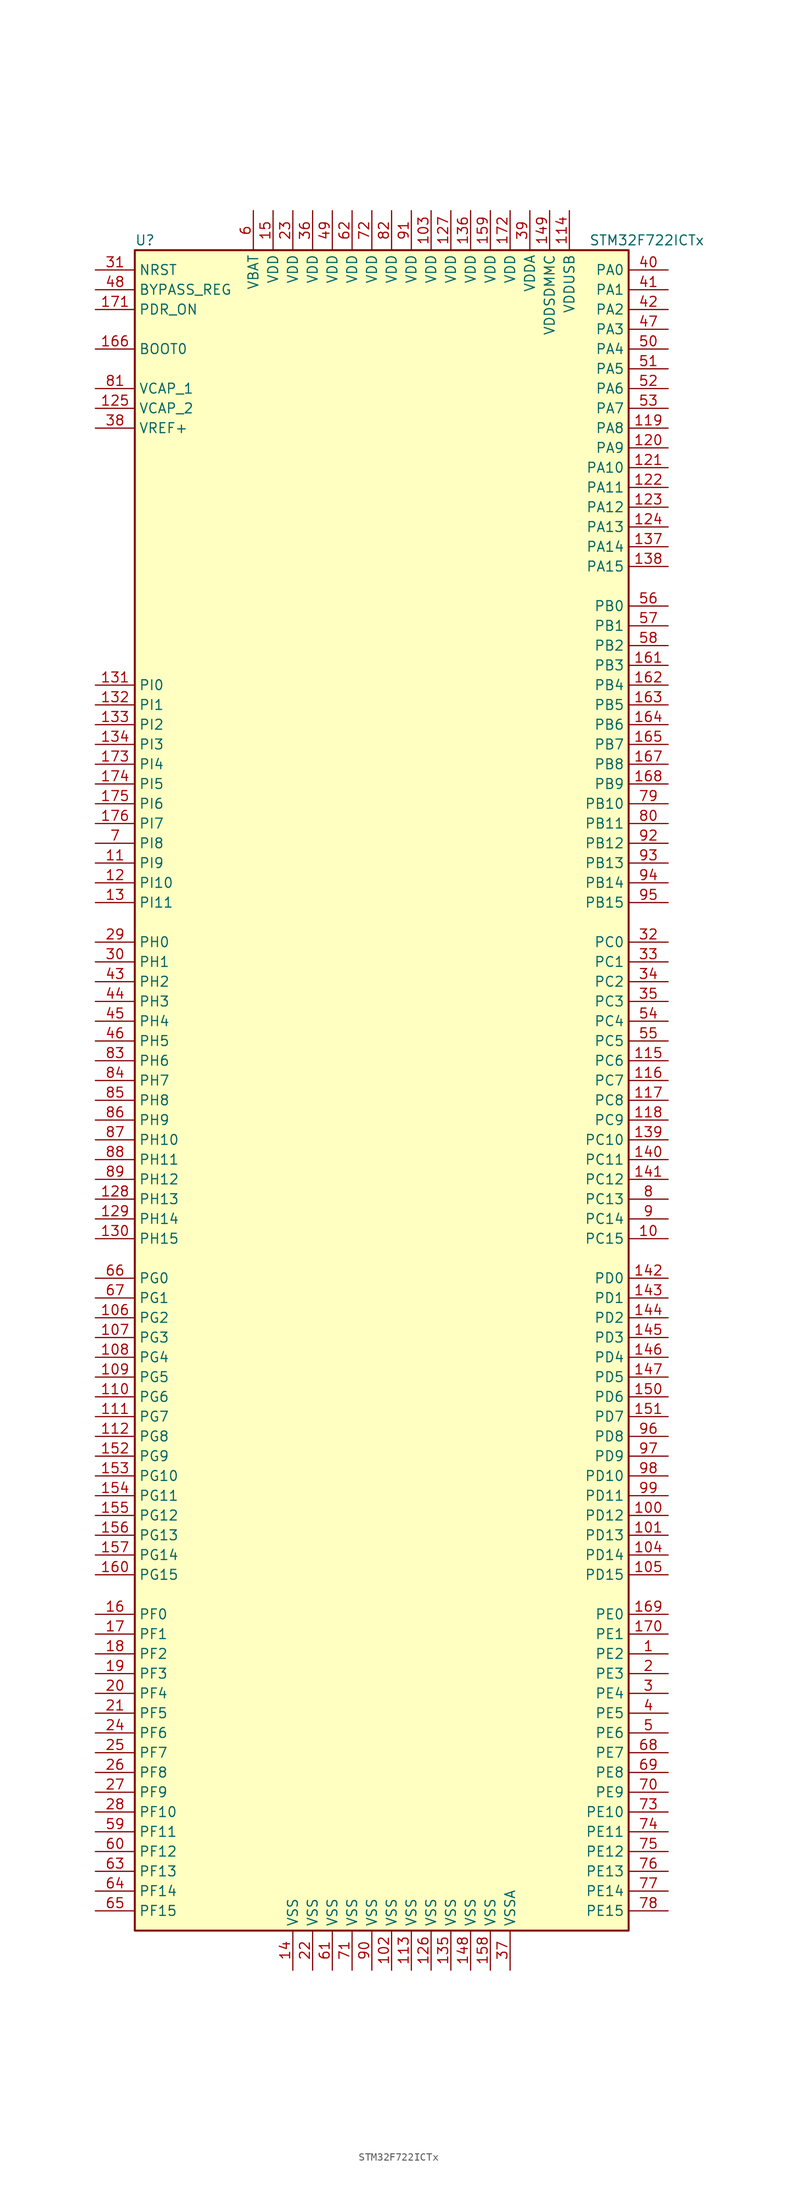
<source format=kicad_sym>
(kicad_symbol_lib
  (version 20201005)
  (generator kicad_symbol_editor)
  (symbol "STM32F722ICTx"
    (property "Reference" "U"
      (at -33.02 107.95 0)
      (effects (font (size 1.27 1.27)) (justify left)))
    (property "Value" "STM32F722ICTx"
      (at 25.4 107.95 0)
      (effects (font (size 1.27 1.27)) (justify left)))
    (symbol "STM32F722ICTx_0_1"
      (rectangle (start -33.02 -109.22) (end 30.48 106.68) (stroke (width 0.254)) (fill (type background))))
    (symbol "STM32F722ICTx_1_1"
      (pin input line (at -38.1 93.98 0) (length 5.08) (name "BOOT0" (effects (font (size 1.27 1.27)))) (number "166" (effects (font (size 1.27 1.27)))))
      (pin input line (at -38.1 101.6 0) (length 5.08) (name "BYPASS_REG" (effects (font (size 1.27 1.27)))) (number "48" (effects (font (size 1.27 1.27)))))
      (pin input line (at -38.1 104.14 0) (length 5.08) (name "NRST" (effects (font (size 1.27 1.27)))) (number "31" (effects (font (size 1.27 1.27)))))
      (pin bidirectional line (at 35.56 104.14 180) (length 5.08) (name "PA0" (effects (font (size 1.27 1.27)))) (number "40" (effects (font (size 1.27 1.27)))))
      (pin bidirectional line (at 35.56 101.6 180) (length 5.08) (name "PA1" (effects (font (size 1.27 1.27)))) (number "41" (effects (font (size 1.27 1.27)))))
      (pin bidirectional line (at 35.56 78.74 180) (length 5.08) (name "PA10" (effects (font (size 1.27 1.27)))) (number "121" (effects (font (size 1.27 1.27)))))
      (pin bidirectional line (at 35.56 76.2 180) (length 5.08) (name "PA11" (effects (font (size 1.27 1.27)))) (number "122" (effects (font (size 1.27 1.27)))))
      (pin bidirectional line (at 35.56 73.66 180) (length 5.08) (name "PA12" (effects (font (size 1.27 1.27)))) (number "123" (effects (font (size 1.27 1.27)))))
      (pin bidirectional line (at 35.56 71.12 180) (length 5.08) (name "PA13" (effects (font (size 1.27 1.27)))) (number "124" (effects (font (size 1.27 1.27)))))
      (pin bidirectional line (at 35.56 68.58 180) (length 5.08) (name "PA14" (effects (font (size 1.27 1.27)))) (number "137" (effects (font (size 1.27 1.27)))))
      (pin bidirectional line (at 35.56 66.04 180) (length 5.08) (name "PA15" (effects (font (size 1.27 1.27)))) (number "138" (effects (font (size 1.27 1.27)))))
      (pin bidirectional line (at 35.56 99.06 180) (length 5.08) (name "PA2" (effects (font (size 1.27 1.27)))) (number "42" (effects (font (size 1.27 1.27)))))
      (pin bidirectional line (at 35.56 96.52 180) (length 5.08) (name "PA3" (effects (font (size 1.27 1.27)))) (number "47" (effects (font (size 1.27 1.27)))))
      (pin bidirectional line (at 35.56 93.98 180) (length 5.08) (name "PA4" (effects (font (size 1.27 1.27)))) (number "50" (effects (font (size 1.27 1.27)))))
      (pin bidirectional line (at 35.56 91.44 180) (length 5.08) (name "PA5" (effects (font (size 1.27 1.27)))) (number "51" (effects (font (size 1.27 1.27)))))
      (pin bidirectional line (at 35.56 88.9 180) (length 5.08) (name "PA6" (effects (font (size 1.27 1.27)))) (number "52" (effects (font (size 1.27 1.27)))))
      (pin bidirectional line (at 35.56 86.36 180) (length 5.08) (name "PA7" (effects (font (size 1.27 1.27)))) (number "53" (effects (font (size 1.27 1.27)))))
      (pin bidirectional line (at 35.56 83.82 180) (length 5.08) (name "PA8" (effects (font (size 1.27 1.27)))) (number "119" (effects (font (size 1.27 1.27)))))
      (pin bidirectional line (at 35.56 81.28 180) (length 5.08) (name "PA9" (effects (font (size 1.27 1.27)))) (number "120" (effects (font (size 1.27 1.27)))))
      (pin bidirectional line (at 35.56 60.96 180) (length 5.08) (name "PB0" (effects (font (size 1.27 1.27)))) (number "56" (effects (font (size 1.27 1.27)))))
      (pin bidirectional line (at 35.56 58.42 180) (length 5.08) (name "PB1" (effects (font (size 1.27 1.27)))) (number "57" (effects (font (size 1.27 1.27)))))
      (pin bidirectional line (at 35.56 35.56 180) (length 5.08) (name "PB10" (effects (font (size 1.27 1.27)))) (number "79" (effects (font (size 1.27 1.27)))))
      (pin bidirectional line (at 35.56 33.02 180) (length 5.08) (name "PB11" (effects (font (size 1.27 1.27)))) (number "80" (effects (font (size 1.27 1.27)))))
      (pin bidirectional line (at 35.56 30.48 180) (length 5.08) (name "PB12" (effects (font (size 1.27 1.27)))) (number "92" (effects (font (size 1.27 1.27)))))
      (pin bidirectional line (at 35.56 27.94 180) (length 5.08) (name "PB13" (effects (font (size 1.27 1.27)))) (number "93" (effects (font (size 1.27 1.27)))))
      (pin bidirectional line (at 35.56 25.4 180) (length 5.08) (name "PB14" (effects (font (size 1.27 1.27)))) (number "94" (effects (font (size 1.27 1.27)))))
      (pin bidirectional line (at 35.56 22.86 180) (length 5.08) (name "PB15" (effects (font (size 1.27 1.27)))) (number "95" (effects (font (size 1.27 1.27)))))
      (pin bidirectional line (at 35.56 55.88 180) (length 5.08) (name "PB2" (effects (font (size 1.27 1.27)))) (number "58" (effects (font (size 1.27 1.27)))))
      (pin bidirectional line (at 35.56 53.34 180) (length 5.08) (name "PB3" (effects (font (size 1.27 1.27)))) (number "161" (effects (font (size 1.27 1.27)))))
      (pin bidirectional line (at 35.56 50.8 180) (length 5.08) (name "PB4" (effects (font (size 1.27 1.27)))) (number "162" (effects (font (size 1.27 1.27)))))
      (pin bidirectional line (at 35.56 48.26 180) (length 5.08) (name "PB5" (effects (font (size 1.27 1.27)))) (number "163" (effects (font (size 1.27 1.27)))))
      (pin bidirectional line (at 35.56 45.72 180) (length 5.08) (name "PB6" (effects (font (size 1.27 1.27)))) (number "164" (effects (font (size 1.27 1.27)))))
      (pin bidirectional line (at 35.56 43.18 180) (length 5.08) (name "PB7" (effects (font (size 1.27 1.27)))) (number "165" (effects (font (size 1.27 1.27)))))
      (pin bidirectional line (at 35.56 40.64 180) (length 5.08) (name "PB8" (effects (font (size 1.27 1.27)))) (number "167" (effects (font (size 1.27 1.27)))))
      (pin bidirectional line (at 35.56 38.1 180) (length 5.08) (name "PB9" (effects (font (size 1.27 1.27)))) (number "168" (effects (font (size 1.27 1.27)))))
      (pin bidirectional line (at 35.56 17.78 180) (length 5.08) (name "PC0" (effects (font (size 1.27 1.27)))) (number "32" (effects (font (size 1.27 1.27)))))
      (pin bidirectional line (at 35.56 15.24 180) (length 5.08) (name "PC1" (effects (font (size 1.27 1.27)))) (number "33" (effects (font (size 1.27 1.27)))))
      (pin bidirectional line (at 35.56 -7.62 180) (length 5.08) (name "PC10" (effects (font (size 1.27 1.27)))) (number "139" (effects (font (size 1.27 1.27)))))
      (pin bidirectional line (at 35.56 -10.16 180) (length 5.08) (name "PC11" (effects (font (size 1.27 1.27)))) (number "140" (effects (font (size 1.27 1.27)))))
      (pin bidirectional line (at 35.56 -12.7 180) (length 5.08) (name "PC12" (effects (font (size 1.27 1.27)))) (number "141" (effects (font (size 1.27 1.27)))))
      (pin bidirectional line (at 35.56 -15.24 180) (length 5.08) (name "PC13" (effects (font (size 1.27 1.27)))) (number "8" (effects (font (size 1.27 1.27)))))
      (pin bidirectional line (at 35.56 -17.78 180) (length 5.08) (name "PC14" (effects (font (size 1.27 1.27)))) (number "9" (effects (font (size 1.27 1.27)))))
      (pin bidirectional line (at 35.56 -20.32 180) (length 5.08) (name "PC15" (effects (font (size 1.27 1.27)))) (number "10" (effects (font (size 1.27 1.27)))))
      (pin bidirectional line (at 35.56 12.7 180) (length 5.08) (name "PC2" (effects (font (size 1.27 1.27)))) (number "34" (effects (font (size 1.27 1.27)))))
      (pin bidirectional line (at 35.56 10.16 180) (length 5.08) (name "PC3" (effects (font (size 1.27 1.27)))) (number "35" (effects (font (size 1.27 1.27)))))
      (pin bidirectional line (at 35.56 7.62 180) (length 5.08) (name "PC4" (effects (font (size 1.27 1.27)))) (number "54" (effects (font (size 1.27 1.27)))))
      (pin bidirectional line (at 35.56 5.08 180) (length 5.08) (name "PC5" (effects (font (size 1.27 1.27)))) (number "55" (effects (font (size 1.27 1.27)))))
      (pin bidirectional line (at 35.56 2.54 180) (length 5.08) (name "PC6" (effects (font (size 1.27 1.27)))) (number "115" (effects (font (size 1.27 1.27)))))
      (pin bidirectional line (at 35.56 0 180) (length 5.08) (name "PC7" (effects (font (size 1.27 1.27)))) (number "116" (effects (font (size 1.27 1.27)))))
      (pin bidirectional line (at 35.56 -2.54 180) (length 5.08) (name "PC8" (effects (font (size 1.27 1.27)))) (number "117" (effects (font (size 1.27 1.27)))))
      (pin bidirectional line (at 35.56 -5.08 180) (length 5.08) (name "PC9" (effects (font (size 1.27 1.27)))) (number "118" (effects (font (size 1.27 1.27)))))
      (pin bidirectional line (at 35.56 -25.4 180) (length 5.08) (name "PD0" (effects (font (size 1.27 1.27)))) (number "142" (effects (font (size 1.27 1.27)))))
      (pin bidirectional line (at 35.56 -27.94 180) (length 5.08) (name "PD1" (effects (font (size 1.27 1.27)))) (number "143" (effects (font (size 1.27 1.27)))))
      (pin bidirectional line (at 35.56 -50.8 180) (length 5.08) (name "PD10" (effects (font (size 1.27 1.27)))) (number "98" (effects (font (size 1.27 1.27)))))
      (pin bidirectional line (at 35.56 -53.34 180) (length 5.08) (name "PD11" (effects (font (size 1.27 1.27)))) (number "99" (effects (font (size 1.27 1.27)))))
      (pin bidirectional line (at 35.56 -55.88 180) (length 5.08) (name "PD12" (effects (font (size 1.27 1.27)))) (number "100" (effects (font (size 1.27 1.27)))))
      (pin bidirectional line (at 35.56 -58.42 180) (length 5.08) (name "PD13" (effects (font (size 1.27 1.27)))) (number "101" (effects (font (size 1.27 1.27)))))
      (pin bidirectional line (at 35.56 -60.96 180) (length 5.08) (name "PD14" (effects (font (size 1.27 1.27)))) (number "104" (effects (font (size 1.27 1.27)))))
      (pin bidirectional line (at 35.56 -63.5 180) (length 5.08) (name "PD15" (effects (font (size 1.27 1.27)))) (number "105" (effects (font (size 1.27 1.27)))))
      (pin bidirectional line (at 35.56 -30.48 180) (length 5.08) (name "PD2" (effects (font (size 1.27 1.27)))) (number "144" (effects (font (size 1.27 1.27)))))
      (pin bidirectional line (at 35.56 -33.02 180) (length 5.08) (name "PD3" (effects (font (size 1.27 1.27)))) (number "145" (effects (font (size 1.27 1.27)))))
      (pin bidirectional line (at 35.56 -35.56 180) (length 5.08) (name "PD4" (effects (font (size 1.27 1.27)))) (number "146" (effects (font (size 1.27 1.27)))))
      (pin bidirectional line (at 35.56 -38.1 180) (length 5.08) (name "PD5" (effects (font (size 1.27 1.27)))) (number "147" (effects (font (size 1.27 1.27)))))
      (pin bidirectional line (at 35.56 -40.64 180) (length 5.08) (name "PD6" (effects (font (size 1.27 1.27)))) (number "150" (effects (font (size 1.27 1.27)))))
      (pin bidirectional line (at 35.56 -43.18 180) (length 5.08) (name "PD7" (effects (font (size 1.27 1.27)))) (number "151" (effects (font (size 1.27 1.27)))))
      (pin bidirectional line (at 35.56 -45.72 180) (length 5.08) (name "PD8" (effects (font (size 1.27 1.27)))) (number "96" (effects (font (size 1.27 1.27)))))
      (pin bidirectional line (at 35.56 -48.26 180) (length 5.08) (name "PD9" (effects (font (size 1.27 1.27)))) (number "97" (effects (font (size 1.27 1.27)))))
      (pin input line (at -38.1 99.06 0) (length 5.08) (name "PDR_ON" (effects (font (size 1.27 1.27)))) (number "171" (effects (font (size 1.27 1.27)))))
      (pin bidirectional line (at 35.56 -68.58 180) (length 5.08) (name "PE0" (effects (font (size 1.27 1.27)))) (number "169" (effects (font (size 1.27 1.27)))))
      (pin bidirectional line (at 35.56 -71.12 180) (length 5.08) (name "PE1" (effects (font (size 1.27 1.27)))) (number "170" (effects (font (size 1.27 1.27)))))
      (pin bidirectional line (at 35.56 -93.98 180) (length 5.08) (name "PE10" (effects (font (size 1.27 1.27)))) (number "73" (effects (font (size 1.27 1.27)))))
      (pin bidirectional line (at 35.56 -96.52 180) (length 5.08) (name "PE11" (effects (font (size 1.27 1.27)))) (number "74" (effects (font (size 1.27 1.27)))))
      (pin bidirectional line (at 35.56 -99.06 180) (length 5.08) (name "PE12" (effects (font (size 1.27 1.27)))) (number "75" (effects (font (size 1.27 1.27)))))
      (pin bidirectional line (at 35.56 -101.6 180) (length 5.08) (name "PE13" (effects (font (size 1.27 1.27)))) (number "76" (effects (font (size 1.27 1.27)))))
      (pin bidirectional line (at 35.56 -104.14 180) (length 5.08) (name "PE14" (effects (font (size 1.27 1.27)))) (number "77" (effects (font (size 1.27 1.27)))))
      (pin bidirectional line (at 35.56 -106.68 180) (length 5.08) (name "PE15" (effects (font (size 1.27 1.27)))) (number "78" (effects (font (size 1.27 1.27)))))
      (pin bidirectional line (at 35.56 -73.66 180) (length 5.08) (name "PE2" (effects (font (size 1.27 1.27)))) (number "1" (effects (font (size 1.27 1.27)))))
      (pin bidirectional line (at 35.56 -76.2 180) (length 5.08) (name "PE3" (effects (font (size 1.27 1.27)))) (number "2" (effects (font (size 1.27 1.27)))))
      (pin bidirectional line (at 35.56 -78.74 180) (length 5.08) (name "PE4" (effects (font (size 1.27 1.27)))) (number "3" (effects (font (size 1.27 1.27)))))
      (pin bidirectional line (at 35.56 -81.28 180) (length 5.08) (name "PE5" (effects (font (size 1.27 1.27)))) (number "4" (effects (font (size 1.27 1.27)))))
      (pin bidirectional line (at 35.56 -83.82 180) (length 5.08) (name "PE6" (effects (font (size 1.27 1.27)))) (number "5" (effects (font (size 1.27 1.27)))))
      (pin bidirectional line (at 35.56 -86.36 180) (length 5.08) (name "PE7" (effects (font (size 1.27 1.27)))) (number "68" (effects (font (size 1.27 1.27)))))
      (pin bidirectional line (at 35.56 -88.9 180) (length 5.08) (name "PE8" (effects (font (size 1.27 1.27)))) (number "69" (effects (font (size 1.27 1.27)))))
      (pin bidirectional line (at 35.56 -91.44 180) (length 5.08) (name "PE9" (effects (font (size 1.27 1.27)))) (number "70" (effects (font (size 1.27 1.27)))))
      (pin bidirectional line (at -38.1 -68.58 0) (length 5.08) (name "PF0" (effects (font (size 1.27 1.27)))) (number "16" (effects (font (size 1.27 1.27)))))
      (pin bidirectional line (at -38.1 -71.12 0) (length 5.08) (name "PF1" (effects (font (size 1.27 1.27)))) (number "17" (effects (font (size 1.27 1.27)))))
      (pin bidirectional line (at -38.1 -93.98 0) (length 5.08) (name "PF10" (effects (font (size 1.27 1.27)))) (number "28" (effects (font (size 1.27 1.27)))))
      (pin bidirectional line (at -38.1 -96.52 0) (length 5.08) (name "PF11" (effects (font (size 1.27 1.27)))) (number "59" (effects (font (size 1.27 1.27)))))
      (pin bidirectional line (at -38.1 -99.06 0) (length 5.08) (name "PF12" (effects (font (size 1.27 1.27)))) (number "60" (effects (font (size 1.27 1.27)))))
      (pin bidirectional line (at -38.1 -101.6 0) (length 5.08) (name "PF13" (effects (font (size 1.27 1.27)))) (number "63" (effects (font (size 1.27 1.27)))))
      (pin bidirectional line (at -38.1 -104.14 0) (length 5.08) (name "PF14" (effects (font (size 1.27 1.27)))) (number "64" (effects (font (size 1.27 1.27)))))
      (pin bidirectional line (at -38.1 -106.68 0) (length 5.08) (name "PF15" (effects (font (size 1.27 1.27)))) (number "65" (effects (font (size 1.27 1.27)))))
      (pin bidirectional line (at -38.1 -73.66 0) (length 5.08) (name "PF2" (effects (font (size 1.27 1.27)))) (number "18" (effects (font (size 1.27 1.27)))))
      (pin bidirectional line (at -38.1 -76.2 0) (length 5.08) (name "PF3" (effects (font (size 1.27 1.27)))) (number "19" (effects (font (size 1.27 1.27)))))
      (pin bidirectional line (at -38.1 -78.74 0) (length 5.08) (name "PF4" (effects (font (size 1.27 1.27)))) (number "20" (effects (font (size 1.27 1.27)))))
      (pin bidirectional line (at -38.1 -81.28 0) (length 5.08) (name "PF5" (effects (font (size 1.27 1.27)))) (number "21" (effects (font (size 1.27 1.27)))))
      (pin bidirectional line (at -38.1 -83.82 0) (length 5.08) (name "PF6" (effects (font (size 1.27 1.27)))) (number "24" (effects (font (size 1.27 1.27)))))
      (pin bidirectional line (at -38.1 -86.36 0) (length 5.08) (name "PF7" (effects (font (size 1.27 1.27)))) (number "25" (effects (font (size 1.27 1.27)))))
      (pin bidirectional line (at -38.1 -88.9 0) (length 5.08) (name "PF8" (effects (font (size 1.27 1.27)))) (number "26" (effects (font (size 1.27 1.27)))))
      (pin bidirectional line (at -38.1 -91.44 0) (length 5.08) (name "PF9" (effects (font (size 1.27 1.27)))) (number "27" (effects (font (size 1.27 1.27)))))
      (pin bidirectional line (at -38.1 -25.4 0) (length 5.08) (name "PG0" (effects (font (size 1.27 1.27)))) (number "66" (effects (font (size 1.27 1.27)))))
      (pin bidirectional line (at -38.1 -27.94 0) (length 5.08) (name "PG1" (effects (font (size 1.27 1.27)))) (number "67" (effects (font (size 1.27 1.27)))))
      (pin bidirectional line (at -38.1 -50.8 0) (length 5.08) (name "PG10" (effects (font (size 1.27 1.27)))) (number "153" (effects (font (size 1.27 1.27)))))
      (pin bidirectional line (at -38.1 -53.34 0) (length 5.08) (name "PG11" (effects (font (size 1.27 1.27)))) (number "154" (effects (font (size 1.27 1.27)))))
      (pin bidirectional line (at -38.1 -55.88 0) (length 5.08) (name "PG12" (effects (font (size 1.27 1.27)))) (number "155" (effects (font (size 1.27 1.27)))))
      (pin bidirectional line (at -38.1 -58.42 0) (length 5.08) (name "PG13" (effects (font (size 1.27 1.27)))) (number "156" (effects (font (size 1.27 1.27)))))
      (pin bidirectional line (at -38.1 -60.96 0) (length 5.08) (name "PG14" (effects (font (size 1.27 1.27)))) (number "157" (effects (font (size 1.27 1.27)))))
      (pin bidirectional line (at -38.1 -63.5 0) (length 5.08) (name "PG15" (effects (font (size 1.27 1.27)))) (number "160" (effects (font (size 1.27 1.27)))))
      (pin bidirectional line (at -38.1 -30.48 0) (length 5.08) (name "PG2" (effects (font (size 1.27 1.27)))) (number "106" (effects (font (size 1.27 1.27)))))
      (pin bidirectional line (at -38.1 -33.02 0) (length 5.08) (name "PG3" (effects (font (size 1.27 1.27)))) (number "107" (effects (font (size 1.27 1.27)))))
      (pin bidirectional line (at -38.1 -35.56 0) (length 5.08) (name "PG4" (effects (font (size 1.27 1.27)))) (number "108" (effects (font (size 1.27 1.27)))))
      (pin bidirectional line (at -38.1 -38.1 0) (length 5.08) (name "PG5" (effects (font (size 1.27 1.27)))) (number "109" (effects (font (size 1.27 1.27)))))
      (pin bidirectional line (at -38.1 -40.64 0) (length 5.08) (name "PG6" (effects (font (size 1.27 1.27)))) (number "110" (effects (font (size 1.27 1.27)))))
      (pin bidirectional line (at -38.1 -43.18 0) (length 5.08) (name "PG7" (effects (font (size 1.27 1.27)))) (number "111" (effects (font (size 1.27 1.27)))))
      (pin bidirectional line (at -38.1 -45.72 0) (length 5.08) (name "PG8" (effects (font (size 1.27 1.27)))) (number "112" (effects (font (size 1.27 1.27)))))
      (pin bidirectional line (at -38.1 -48.26 0) (length 5.08) (name "PG9" (effects (font (size 1.27 1.27)))) (number "152" (effects (font (size 1.27 1.27)))))
      (pin input line (at -38.1 17.78 0) (length 5.08) (name "PH0" (effects (font (size 1.27 1.27)))) (number "29" (effects (font (size 1.27 1.27)))))
      (pin input line (at -38.1 15.24 0) (length 5.08) (name "PH1" (effects (font (size 1.27 1.27)))) (number "30" (effects (font (size 1.27 1.27)))))
      (pin bidirectional line (at -38.1 -7.62 0) (length 5.08) (name "PH10" (effects (font (size 1.27 1.27)))) (number "87" (effects (font (size 1.27 1.27)))))
      (pin bidirectional line (at -38.1 -10.16 0) (length 5.08) (name "PH11" (effects (font (size 1.27 1.27)))) (number "88" (effects (font (size 1.27 1.27)))))
      (pin bidirectional line (at -38.1 -12.7 0) (length 5.08) (name "PH12" (effects (font (size 1.27 1.27)))) (number "89" (effects (font (size 1.27 1.27)))))
      (pin bidirectional line (at -38.1 -15.24 0) (length 5.08) (name "PH13" (effects (font (size 1.27 1.27)))) (number "128" (effects (font (size 1.27 1.27)))))
      (pin bidirectional line (at -38.1 -17.78 0) (length 5.08) (name "PH14" (effects (font (size 1.27 1.27)))) (number "129" (effects (font (size 1.27 1.27)))))
      (pin bidirectional line (at -38.1 -20.32 0) (length 5.08) (name "PH15" (effects (font (size 1.27 1.27)))) (number "130" (effects (font (size 1.27 1.27)))))
      (pin bidirectional line (at -38.1 12.7 0) (length 5.08) (name "PH2" (effects (font (size 1.27 1.27)))) (number "43" (effects (font (size 1.27 1.27)))))
      (pin bidirectional line (at -38.1 10.16 0) (length 5.08) (name "PH3" (effects (font (size 1.27 1.27)))) (number "44" (effects (font (size 1.27 1.27)))))
      (pin bidirectional line (at -38.1 7.62 0) (length 5.08) (name "PH4" (effects (font (size 1.27 1.27)))) (number "45" (effects (font (size 1.27 1.27)))))
      (pin bidirectional line (at -38.1 5.08 0) (length 5.08) (name "PH5" (effects (font (size 1.27 1.27)))) (number "46" (effects (font (size 1.27 1.27)))))
      (pin bidirectional line (at -38.1 2.54 0) (length 5.08) (name "PH6" (effects (font (size 1.27 1.27)))) (number "83" (effects (font (size 1.27 1.27)))))
      (pin bidirectional line (at -38.1 0 0) (length 5.08) (name "PH7" (effects (font (size 1.27 1.27)))) (number "84" (effects (font (size 1.27 1.27)))))
      (pin bidirectional line (at -38.1 -2.54 0) (length 5.08) (name "PH8" (effects (font (size 1.27 1.27)))) (number "85" (effects (font (size 1.27 1.27)))))
      (pin bidirectional line (at -38.1 -5.08 0) (length 5.08) (name "PH9" (effects (font (size 1.27 1.27)))) (number "86" (effects (font (size 1.27 1.27)))))
      (pin bidirectional line (at -38.1 50.8 0) (length 5.08) (name "PI0" (effects (font (size 1.27 1.27)))) (number "131" (effects (font (size 1.27 1.27)))))
      (pin bidirectional line (at -38.1 48.26 0) (length 5.08) (name "PI1" (effects (font (size 1.27 1.27)))) (number "132" (effects (font (size 1.27 1.27)))))
      (pin bidirectional line (at -38.1 25.4 0) (length 5.08) (name "PI10" (effects (font (size 1.27 1.27)))) (number "12" (effects (font (size 1.27 1.27)))))
      (pin bidirectional line (at -38.1 22.86 0) (length 5.08) (name "PI11" (effects (font (size 1.27 1.27)))) (number "13" (effects (font (size 1.27 1.27)))))
      (pin bidirectional line (at -38.1 45.72 0) (length 5.08) (name "PI2" (effects (font (size 1.27 1.27)))) (number "133" (effects (font (size 1.27 1.27)))))
      (pin bidirectional line (at -38.1 43.18 0) (length 5.08) (name "PI3" (effects (font (size 1.27 1.27)))) (number "134" (effects (font (size 1.27 1.27)))))
      (pin bidirectional line (at -38.1 40.64 0) (length 5.08) (name "PI4" (effects (font (size 1.27 1.27)))) (number "173" (effects (font (size 1.27 1.27)))))
      (pin bidirectional line (at -38.1 38.1 0) (length 5.08) (name "PI5" (effects (font (size 1.27 1.27)))) (number "174" (effects (font (size 1.27 1.27)))))
      (pin bidirectional line (at -38.1 35.56 0) (length 5.08) (name "PI6" (effects (font (size 1.27 1.27)))) (number "175" (effects (font (size 1.27 1.27)))))
      (pin bidirectional line (at -38.1 33.02 0) (length 5.08) (name "PI7" (effects (font (size 1.27 1.27)))) (number "176" (effects (font (size 1.27 1.27)))))
      (pin bidirectional line (at -38.1 30.48 0) (length 5.08) (name "PI8" (effects (font (size 1.27 1.27)))) (number "7" (effects (font (size 1.27 1.27)))))
      (pin bidirectional line (at -38.1 27.94 0) (length 5.08) (name "PI9" (effects (font (size 1.27 1.27)))) (number "11" (effects (font (size 1.27 1.27)))))
      (pin power_in line (at -17.78 111.76 270) (length 5.08) (name "VBAT" (effects (font (size 1.27 1.27)))) (number "6" (effects (font (size 1.27 1.27)))))
      (pin power_in line (at -38.1 88.9 0) (length 5.08) (name "VCAP_1" (effects (font (size 1.27 1.27)))) (number "81" (effects (font (size 1.27 1.27)))))
      (pin power_in line (at -38.1 86.36 0) (length 5.08) (name "VCAP_2" (effects (font (size 1.27 1.27)))) (number "125" (effects (font (size 1.27 1.27)))))
      (pin power_in line (at 5.08 111.76 270) (length 5.08) (name "VDD" (effects (font (size 1.27 1.27)))) (number "103" (effects (font (size 1.27 1.27)))))
      (pin power_in line (at 7.62 111.76 270) (length 5.08) (name "VDD" (effects (font (size 1.27 1.27)))) (number "127" (effects (font (size 1.27 1.27)))))
      (pin power_in line (at 10.16 111.76 270) (length 5.08) (name "VDD" (effects (font (size 1.27 1.27)))) (number "136" (effects (font (size 1.27 1.27)))))
      (pin power_in line (at -15.24 111.76 270) (length 5.08) (name "VDD" (effects (font (size 1.27 1.27)))) (number "15" (effects (font (size 1.27 1.27)))))
      (pin power_in line (at 12.7 111.76 270) (length 5.08) (name "VDD" (effects (font (size 1.27 1.27)))) (number "159" (effects (font (size 1.27 1.27)))))
      (pin power_in line (at 15.24 111.76 270) (length 5.08) (name "VDD" (effects (font (size 1.27 1.27)))) (number "172" (effects (font (size 1.27 1.27)))))
      (pin power_in line (at -12.7 111.76 270) (length 5.08) (name "VDD" (effects (font (size 1.27 1.27)))) (number "23" (effects (font (size 1.27 1.27)))))
      (pin power_in line (at -10.16 111.76 270) (length 5.08) (name "VDD" (effects (font (size 1.27 1.27)))) (number "36" (effects (font (size 1.27 1.27)))))
      (pin power_in line (at -7.62 111.76 270) (length 5.08) (name "VDD" (effects (font (size 1.27 1.27)))) (number "49" (effects (font (size 1.27 1.27)))))
      (pin power_in line (at -5.08 111.76 270) (length 5.08) (name "VDD" (effects (font (size 1.27 1.27)))) (number "62" (effects (font (size 1.27 1.27)))))
      (pin power_in line (at -2.54 111.76 270) (length 5.08) (name "VDD" (effects (font (size 1.27 1.27)))) (number "72" (effects (font (size 1.27 1.27)))))
      (pin power_in line (at 0 111.76 270) (length 5.08) (name "VDD" (effects (font (size 1.27 1.27)))) (number "82" (effects (font (size 1.27 1.27)))))
      (pin power_in line (at 2.54 111.76 270) (length 5.08) (name "VDD" (effects (font (size 1.27 1.27)))) (number "91" (effects (font (size 1.27 1.27)))))
      (pin power_in line (at 17.78 111.76 270) (length 5.08) (name "VDDA" (effects (font (size 1.27 1.27)))) (number "39" (effects (font (size 1.27 1.27)))))
      (pin power_in line (at 20.32 111.76 270) (length 5.08) (name "VDDSDMMC" (effects (font (size 1.27 1.27)))) (number "149" (effects (font (size 1.27 1.27)))))
      (pin power_in line (at 22.86 111.76 270) (length 5.08) (name "VDDUSB" (effects (font (size 1.27 1.27)))) (number "114" (effects (font (size 1.27 1.27)))))
      (pin power_in line (at -38.1 83.82 0) (length 5.08) (name "VREF+" (effects (font (size 1.27 1.27)))) (number "38" (effects (font (size 1.27 1.27)))))
      (pin power_in line (at 0 -114.3 90) (length 5.08) (name "VSS" (effects (font (size 1.27 1.27)))) (number "102" (effects (font (size 1.27 1.27)))))
      (pin power_in line (at 2.54 -114.3 90) (length 5.08) (name "VSS" (effects (font (size 1.27 1.27)))) (number "113" (effects (font (size 1.27 1.27)))))
      (pin power_in line (at 5.08 -114.3 90) (length 5.08) (name "VSS" (effects (font (size 1.27 1.27)))) (number "126" (effects (font (size 1.27 1.27)))))
      (pin power_in line (at 7.62 -114.3 90) (length 5.08) (name "VSS" (effects (font (size 1.27 1.27)))) (number "135" (effects (font (size 1.27 1.27)))))
      (pin power_in line (at -12.7 -114.3 90) (length 5.08) (name "VSS" (effects (font (size 1.27 1.27)))) (number "14" (effects (font (size 1.27 1.27)))))
      (pin power_in line (at 10.16 -114.3 90) (length 5.08) (name "VSS" (effects (font (size 1.27 1.27)))) (number "148" (effects (font (size 1.27 1.27)))))
      (pin power_in line (at 12.7 -114.3 90) (length 5.08) (name "VSS" (effects (font (size 1.27 1.27)))) (number "158" (effects (font (size 1.27 1.27)))))
      (pin power_in line (at -10.16 -114.3 90) (length 5.08) (name "VSS" (effects (font (size 1.27 1.27)))) (number "22" (effects (font (size 1.27 1.27)))))
      (pin power_in line (at -7.62 -114.3 90) (length 5.08) (name "VSS" (effects (font (size 1.27 1.27)))) (number "61" (effects (font (size 1.27 1.27)))))
      (pin power_in line (at -5.08 -114.3 90) (length 5.08) (name "VSS" (effects (font (size 1.27 1.27)))) (number "71" (effects (font (size 1.27 1.27)))))
      (pin power_in line (at -2.54 -114.3 90) (length 5.08) (name "VSS" (effects (font (size 1.27 1.27)))) (number "90" (effects (font (size 1.27 1.27)))))
      (pin power_in line (at 15.24 -114.3 90) (length 5.08) (name "VSSA" (effects (font (size 1.27 1.27)))) (number "37" (effects (font (size 1.27 1.27))))))))
</source>
